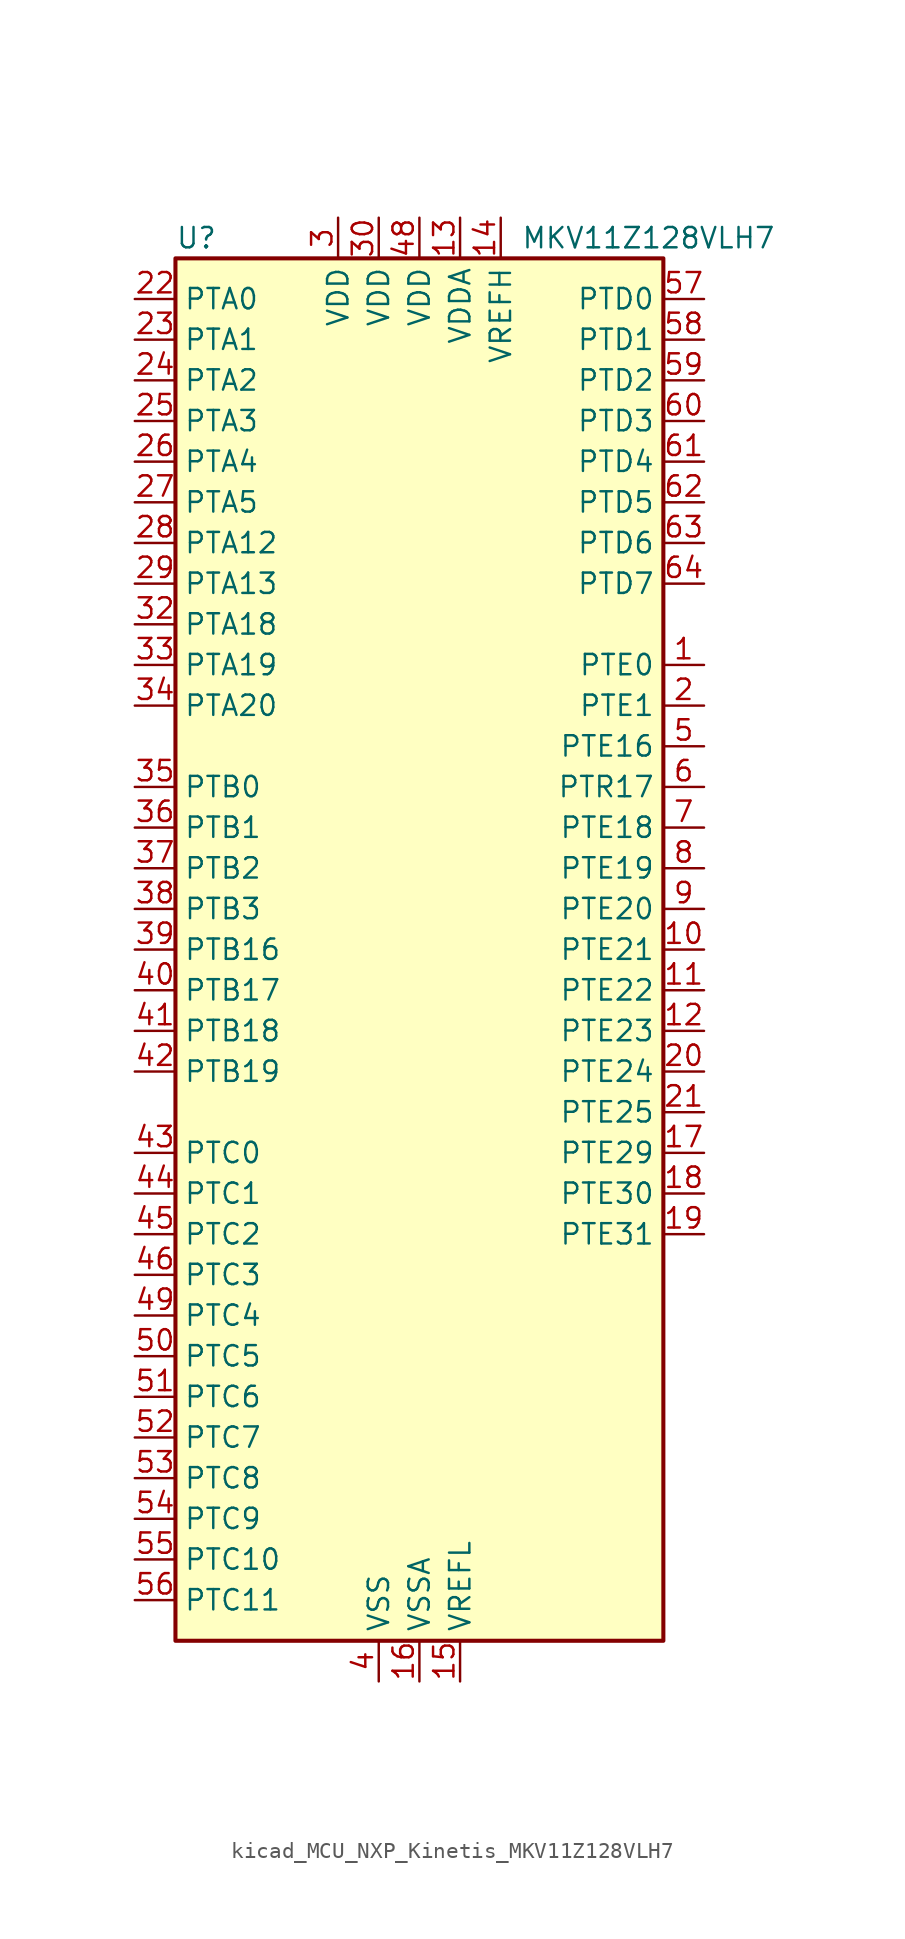
<source format=kicad_sym>
(kicad_symbol_lib
  (version 20220914)
  (generator kicad_symbol_editor)
  (symbol "kicad_MCU_NXP_Kinetis_MKV11Z128VLH7"
    (property "Reference" "U"
      (at -15.24 44.45 0)
      (effects (font (size 1.27 1.27)) (justify left)))
    (property "Value" "MKV11Z128VLH7"
      (at 6.35 44.45 0)
      (effects (font (size 1.27 1.27)) (justify left)))
    (symbol "kicad_MCU_NXP_Kinetis_MKV11Z128VLH7_0_1"
      (rectangle (start -15.24 43.18) (end 15.24 -43.18) (stroke (width 0.254) (type default)) (fill (type background))))
    (symbol "kicad_MCU_NXP_Kinetis_MKV11Z128VLH7_1_1"
      (pin bidirectional line (at 17.78 17.78 180) (length 2.54) (name "PTE0" (effects (font (size 1.27 1.27)))) (number "1" (effects (font (size 1.27 1.27)))))
      (pin bidirectional line (at 17.78 0 180) (length 2.54) (name "PTE21" (effects (font (size 1.27 1.27)))) (number "10" (effects (font (size 1.27 1.27)))))
      (pin bidirectional line (at 17.78 -2.54 180) (length 2.54) (name "PTE22" (effects (font (size 1.27 1.27)))) (number "11" (effects (font (size 1.27 1.27)))))
      (pin bidirectional line (at 17.78 -5.08 180) (length 2.54) (name "PTE23" (effects (font (size 1.27 1.27)))) (number "12" (effects (font (size 1.27 1.27)))))
      (pin power_in line (at 2.54 45.72 270) (length 2.54) (name "VDDA" (effects (font (size 1.27 1.27)))) (number "13" (effects (font (size 1.27 1.27)))))
      (pin power_in line (at 5.08 45.72 270) (length 2.54) (name "VREFH" (effects (font (size 1.27 1.27)))) (number "14" (effects (font (size 1.27 1.27)))))
      (pin power_in line (at 2.54 -45.72 90) (length 2.54) (name "VREFL" (effects (font (size 1.27 1.27)))) (number "15" (effects (font (size 1.27 1.27)))))
      (pin power_in line (at 0 -45.72 90) (length 2.54) (name "VSSA" (effects (font (size 1.27 1.27)))) (number "16" (effects (font (size 1.27 1.27)))))
      (pin bidirectional line (at 17.78 -12.7 180) (length 2.54) (name "PTE29" (effects (font (size 1.27 1.27)))) (number "17" (effects (font (size 1.27 1.27)))))
      (pin bidirectional line (at 17.78 -15.24 180) (length 2.54) (name "PTE30" (effects (font (size 1.27 1.27)))) (number "18" (effects (font (size 1.27 1.27)))))
      (pin bidirectional line (at 17.78 -17.78 180) (length 2.54) (name "PTE31" (effects (font (size 1.27 1.27)))) (number "19" (effects (font (size 1.27 1.27)))))
      (pin bidirectional line (at 17.78 15.24 180) (length 2.54) (name "PTE1" (effects (font (size 1.27 1.27)))) (number "2" (effects (font (size 1.27 1.27)))))
      (pin bidirectional line (at 17.78 -7.62 180) (length 2.54) (name "PTE24" (effects (font (size 1.27 1.27)))) (number "20" (effects (font (size 1.27 1.27)))))
      (pin bidirectional line (at 17.78 -10.16 180) (length 2.54) (name "PTE25" (effects (font (size 1.27 1.27)))) (number "21" (effects (font (size 1.27 1.27)))))
      (pin bidirectional line (at -17.78 40.64 0) (length 2.54) (name "PTA0" (effects (font (size 1.27 1.27)))) (number "22" (effects (font (size 1.27 1.27)))))
      (pin bidirectional line (at -17.78 38.1 0) (length 2.54) (name "PTA1" (effects (font (size 1.27 1.27)))) (number "23" (effects (font (size 1.27 1.27)))))
      (pin bidirectional line (at -17.78 35.56 0) (length 2.54) (name "PTA2" (effects (font (size 1.27 1.27)))) (number "24" (effects (font (size 1.27 1.27)))))
      (pin bidirectional line (at -17.78 33.02 0) (length 2.54) (name "PTA3" (effects (font (size 1.27 1.27)))) (number "25" (effects (font (size 1.27 1.27)))))
      (pin bidirectional line (at -17.78 30.48 0) (length 2.54) (name "PTA4" (effects (font (size 1.27 1.27)))) (number "26" (effects (font (size 1.27 1.27)))))
      (pin bidirectional line (at -17.78 27.94 0) (length 2.54) (name "PTA5" (effects (font (size 1.27 1.27)))) (number "27" (effects (font (size 1.27 1.27)))))
      (pin bidirectional line (at -17.78 25.4 0) (length 2.54) (name "PTA12" (effects (font (size 1.27 1.27)))) (number "28" (effects (font (size 1.27 1.27)))))
      (pin bidirectional line (at -17.78 22.86 0) (length 2.54) (name "PTA13" (effects (font (size 1.27 1.27)))) (number "29" (effects (font (size 1.27 1.27)))))
      (pin power_in line (at -5.08 45.72 270) (length 2.54) (name "VDD" (effects (font (size 1.27 1.27)))) (number "3" (effects (font (size 1.27 1.27)))))
      (pin power_in line (at -2.54 45.72 270) (length 2.54) (name "VDD" (effects (font (size 1.27 1.27)))) (number "30" (effects (font (size 1.27 1.27)))))
      (pin passive line (at -2.54 -45.72 90) (length 2.54) hide (name "VSS" (effects (font (size 1.27 1.27)))) (number "31" (effects (font (size 1.27 1.27)))))
      (pin bidirectional line (at -17.78 20.32 0) (length 2.54) (name "PTA18" (effects (font (size 1.27 1.27)))) (number "32" (effects (font (size 1.27 1.27)))))
      (pin bidirectional line (at -17.78 17.78 0) (length 2.54) (name "PTA19" (effects (font (size 1.27 1.27)))) (number "33" (effects (font (size 1.27 1.27)))))
      (pin bidirectional line (at -17.78 15.24 0) (length 2.54) (name "PTA20" (effects (font (size 1.27 1.27)))) (number "34" (effects (font (size 1.27 1.27)))))
      (pin bidirectional line (at -17.78 10.16 0) (length 2.54) (name "PTB0" (effects (font (size 1.27 1.27)))) (number "35" (effects (font (size 1.27 1.27)))))
      (pin bidirectional line (at -17.78 7.62 0) (length 2.54) (name "PTB1" (effects (font (size 1.27 1.27)))) (number "36" (effects (font (size 1.27 1.27)))))
      (pin bidirectional line (at -17.78 5.08 0) (length 2.54) (name "PTB2" (effects (font (size 1.27 1.27)))) (number "37" (effects (font (size 1.27 1.27)))))
      (pin bidirectional line (at -17.78 2.54 0) (length 2.54) (name "PTB3" (effects (font (size 1.27 1.27)))) (number "38" (effects (font (size 1.27 1.27)))))
      (pin bidirectional line (at -17.78 0 0) (length 2.54) (name "PTB16" (effects (font (size 1.27 1.27)))) (number "39" (effects (font (size 1.27 1.27)))))
      (pin power_in line (at -2.54 -45.72 90) (length 2.54) (name "VSS" (effects (font (size 1.27 1.27)))) (number "4" (effects (font (size 1.27 1.27)))))
      (pin bidirectional line (at -17.78 -2.54 0) (length 2.54) (name "PTB17" (effects (font (size 1.27 1.27)))) (number "40" (effects (font (size 1.27 1.27)))))
      (pin bidirectional line (at -17.78 -5.08 0) (length 2.54) (name "PTB18" (effects (font (size 1.27 1.27)))) (number "41" (effects (font (size 1.27 1.27)))))
      (pin bidirectional line (at -17.78 -7.62 0) (length 2.54) (name "PTB19" (effects (font (size 1.27 1.27)))) (number "42" (effects (font (size 1.27 1.27)))))
      (pin bidirectional line (at -17.78 -12.7 0) (length 2.54) (name "PTC0" (effects (font (size 1.27 1.27)))) (number "43" (effects (font (size 1.27 1.27)))))
      (pin bidirectional line (at -17.78 -15.24 0) (length 2.54) (name "PTC1" (effects (font (size 1.27 1.27)))) (number "44" (effects (font (size 1.27 1.27)))))
      (pin bidirectional line (at -17.78 -17.78 0) (length 2.54) (name "PTC2" (effects (font (size 1.27 1.27)))) (number "45" (effects (font (size 1.27 1.27)))))
      (pin bidirectional line (at -17.78 -20.32 0) (length 2.54) (name "PTC3" (effects (font (size 1.27 1.27)))) (number "46" (effects (font (size 1.27 1.27)))))
      (pin passive line (at -2.54 -45.72 90) (length 2.54) hide (name "VSS" (effects (font (size 1.27 1.27)))) (number "47" (effects (font (size 1.27 1.27)))))
      (pin power_in line (at 0 45.72 270) (length 2.54) (name "VDD" (effects (font (size 1.27 1.27)))) (number "48" (effects (font (size 1.27 1.27)))))
      (pin bidirectional line (at -17.78 -22.86 0) (length 2.54) (name "PTC4" (effects (font (size 1.27 1.27)))) (number "49" (effects (font (size 1.27 1.27)))))
      (pin bidirectional line (at 17.78 12.7 180) (length 2.54) (name "PTE16" (effects (font (size 1.27 1.27)))) (number "5" (effects (font (size 1.27 1.27)))))
      (pin bidirectional line (at -17.78 -25.4 0) (length 2.54) (name "PTC5" (effects (font (size 1.27 1.27)))) (number "50" (effects (font (size 1.27 1.27)))))
      (pin bidirectional line (at -17.78 -27.94 0) (length 2.54) (name "PTC6" (effects (font (size 1.27 1.27)))) (number "51" (effects (font (size 1.27 1.27)))))
      (pin bidirectional line (at -17.78 -30.48 0) (length 2.54) (name "PTC7" (effects (font (size 1.27 1.27)))) (number "52" (effects (font (size 1.27 1.27)))))
      (pin bidirectional line (at -17.78 -33.02 0) (length 2.54) (name "PTC8" (effects (font (size 1.27 1.27)))) (number "53" (effects (font (size 1.27 1.27)))))
      (pin bidirectional line (at -17.78 -35.56 0) (length 2.54) (name "PTC9" (effects (font (size 1.27 1.27)))) (number "54" (effects (font (size 1.27 1.27)))))
      (pin bidirectional line (at -17.78 -38.1 0) (length 2.54) (name "PTC10" (effects (font (size 1.27 1.27)))) (number "55" (effects (font (size 1.27 1.27)))))
      (pin bidirectional line (at -17.78 -40.64 0) (length 2.54) (name "PTC11" (effects (font (size 1.27 1.27)))) (number "56" (effects (font (size 1.27 1.27)))))
      (pin bidirectional line (at 17.78 40.64 180) (length 2.54) (name "PTD0" (effects (font (size 1.27 1.27)))) (number "57" (effects (font (size 1.27 1.27)))))
      (pin bidirectional line (at 17.78 38.1 180) (length 2.54) (name "PTD1" (effects (font (size 1.27 1.27)))) (number "58" (effects (font (size 1.27 1.27)))))
      (pin bidirectional line (at 17.78 35.56 180) (length 2.54) (name "PTD2" (effects (font (size 1.27 1.27)))) (number "59" (effects (font (size 1.27 1.27)))))
      (pin bidirectional line (at 17.78 10.16 180) (length 2.54) (name "PTR17" (effects (font (size 1.27 1.27)))) (number "6" (effects (font (size 1.27 1.27)))))
      (pin bidirectional line (at 17.78 33.02 180) (length 2.54) (name "PTD3" (effects (font (size 1.27 1.27)))) (number "60" (effects (font (size 1.27 1.27)))))
      (pin bidirectional line (at 17.78 30.48 180) (length 2.54) (name "PTD4" (effects (font (size 1.27 1.27)))) (number "61" (effects (font (size 1.27 1.27)))))
      (pin bidirectional line (at 17.78 27.94 180) (length 2.54) (name "PTD5" (effects (font (size 1.27 1.27)))) (number "62" (effects (font (size 1.27 1.27)))))
      (pin bidirectional line (at 17.78 25.4 180) (length 2.54) (name "PTD6" (effects (font (size 1.27 1.27)))) (number "63" (effects (font (size 1.27 1.27)))))
      (pin bidirectional line (at 17.78 22.86 180) (length 2.54) (name "PTD7" (effects (font (size 1.27 1.27)))) (number "64" (effects (font (size 1.27 1.27)))))
      (pin bidirectional line (at 17.78 7.62 180) (length 2.54) (name "PTE18" (effects (font (size 1.27 1.27)))) (number "7" (effects (font (size 1.27 1.27)))))
      (pin bidirectional line (at 17.78 5.08 180) (length 2.54) (name "PTE19" (effects (font (size 1.27 1.27)))) (number "8" (effects (font (size 1.27 1.27)))))
      (pin bidirectional line (at 17.78 2.54 180) (length 2.54) (name "PTE20" (effects (font (size 1.27 1.27)))) (number "9" (effects (font (size 1.27 1.27))))))))
</source>
